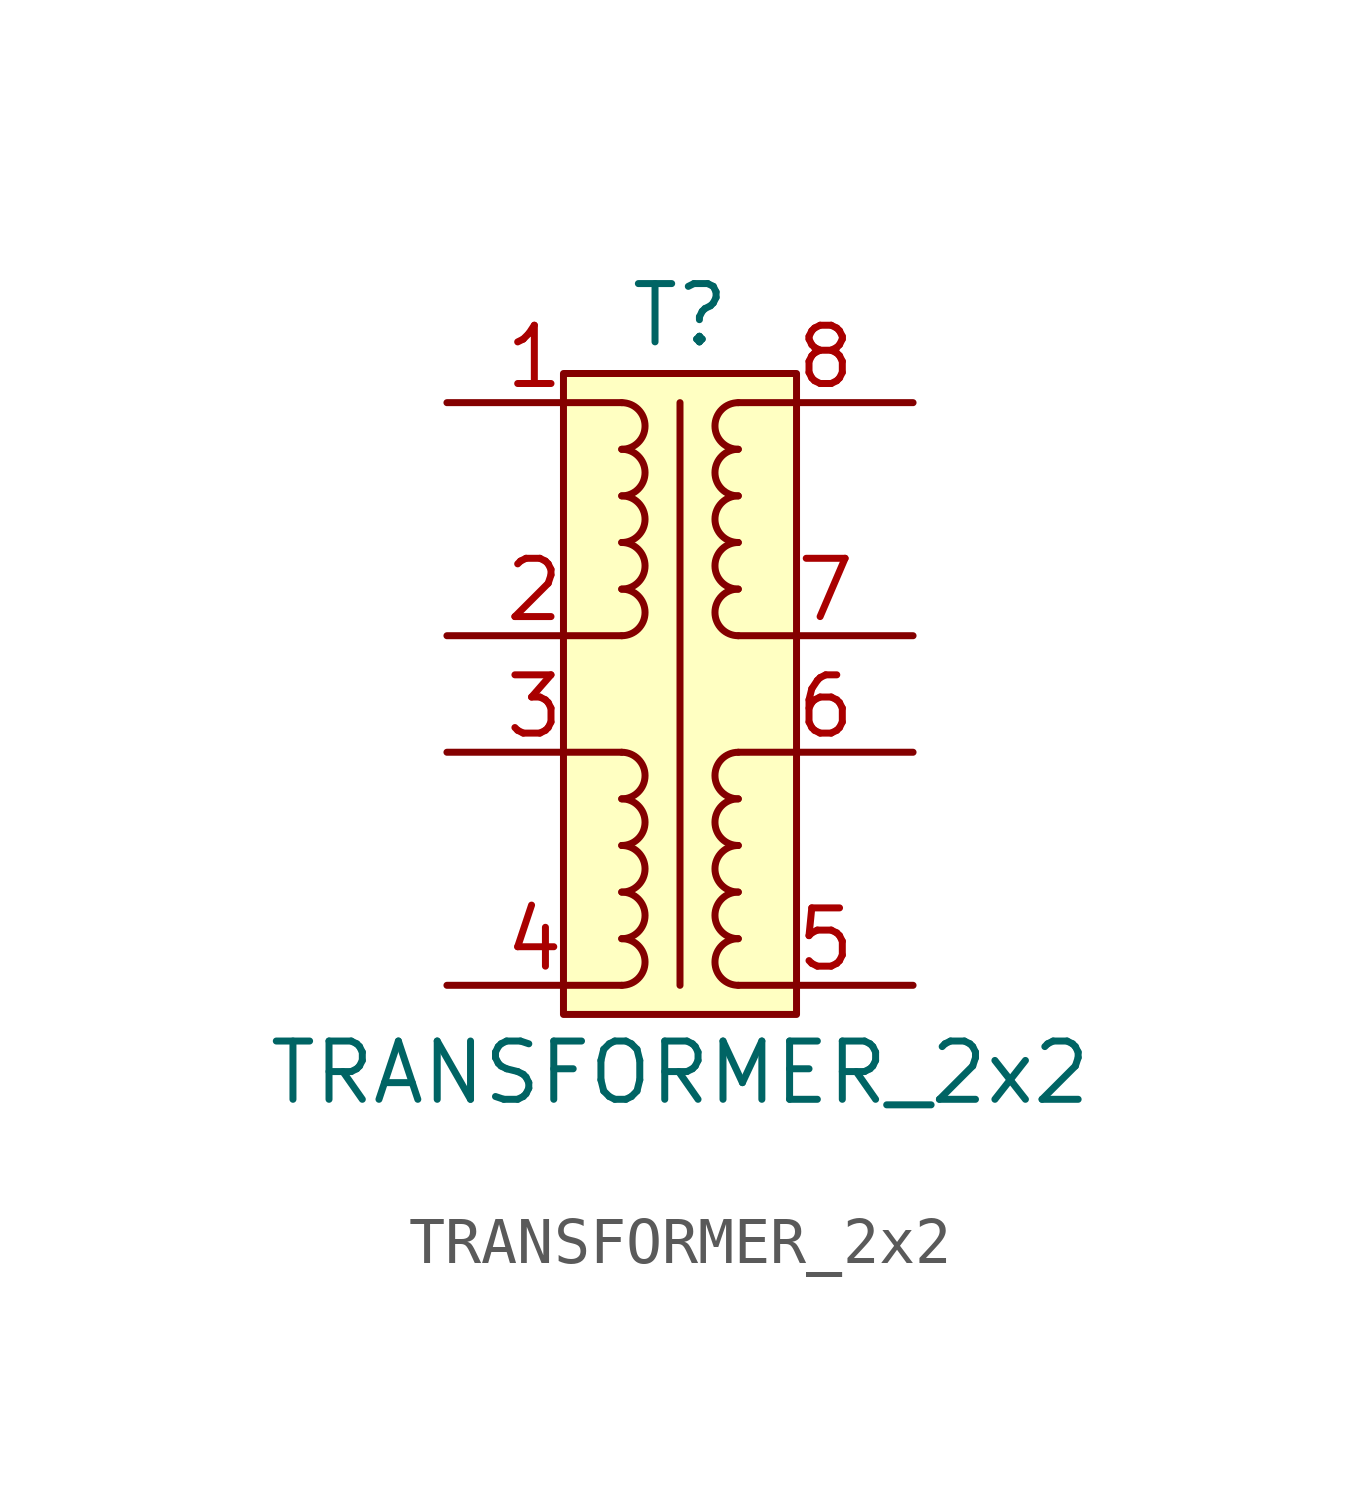
<source format=kicad_sym>
(kicad_symbol_lib
  (version 20211014)
  (generator kicad_symbol_editor)
  (symbol "TRANSFORMER_2x2"
    (pin_names
      (offset 1.016) hide)
    (property "Reference" "T"
      (at 0 9.525 0)
      (effects (font (size 1.27 1.27))))
    (property "Value" "TRANSFORMER_2x2"
      (at 0 -6.985 0)
      (effects (font (size 1.27 1.27))))
    (symbol "TRANSFORMER_2x2_0_1"
      (rectangle (start -2.54 8.255) (end 2.54 -5.715) (stroke (width 0) (type default) (color 0 0 0 0)) (fill (type background)))
      (arc (start -1.27 -5.08) (mid -0.762 -4.572) (end -1.27 -4.064) (stroke (width 0) (type default) (color 0 0 0 0)) (fill (type none)))
      (arc (start -1.27 -4.064) (mid -0.762 -3.556) (end -1.27 -3.048) (stroke (width 0) (type default) (color 0 0 0 0)) (fill (type none)))
      (arc (start -1.27 -3.048) (mid -0.762 -2.54) (end -1.27 -2.032) (stroke (width 0) (type default) (color 0 0 0 0)) (fill (type none)))
      (arc (start -1.27 -2.032) (mid -0.762 -1.524) (end -1.27 -1.016) (stroke (width 0) (type default) (color 0 0 0 0)) (fill (type none)))
      (arc (start -1.27 -1.016) (mid -0.762 -0.508) (end -1.27 0) (stroke (width 0) (type default) (color 0 0 0 0)) (fill (type none)))
      (arc (start -1.27 2.54) (mid -0.762 3.048) (end -1.27 3.556) (stroke (width 0) (type default) (color 0 0 0 0)) (fill (type none)))
      (arc (start -1.27 3.556) (mid -0.762 4.064) (end -1.27 4.572) (stroke (width 0) (type default) (color 0 0 0 0)) (fill (type none)))
      (arc (start -1.27 4.572) (mid -0.762 5.08) (end -1.27 5.588) (stroke (width 0) (type default) (color 0 0 0 0)) (fill (type none)))
      (arc (start -1.27 5.588) (mid -0.762 6.096) (end -1.27 6.604) (stroke (width 0) (type default) (color 0 0 0 0)) (fill (type none)))
      (arc (start -1.27 6.604) (mid -0.762 7.112) (end -1.27 7.62) (stroke (width 0) (type default) (color 0 0 0 0)) (fill (type none)))
      (polyline (pts (xy 0 7.62) (xy 0 -5.08)) (stroke (width 0) (type default) (color 0 0 0 0)) (fill (type none)))
      (arc (start 1.27 -4.064) (mid 0.762 -4.572) (end 1.27 -5.08) (stroke (width 0) (type default) (color 0 0 0 0)) (fill (type none)))
      (arc (start 1.27 -3.048) (mid 0.762 -3.556) (end 1.27 -4.064) (stroke (width 0) (type default) (color 0 0 0 0)) (fill (type none)))
      (arc (start 1.27 -2.032) (mid 0.762 -2.54) (end 1.27 -3.048) (stroke (width 0) (type default) (color 0 0 0 0)) (fill (type none)))
      (arc (start 1.27 -1.016) (mid 0.762 -1.524) (end 1.27 -2.032) (stroke (width 0) (type default) (color 0 0 0 0)) (fill (type none)))
      (arc (start 1.27 0) (mid 0.762 -0.508) (end 1.27 -1.016) (stroke (width 0) (type default) (color 0 0 0 0)) (fill (type none)))
      (arc (start 1.27 3.556) (mid 0.762 3.048) (end 1.27 2.54) (stroke (width 0) (type default) (color 0 0 0 0)) (fill (type none)))
      (arc (start 1.27 4.572) (mid 0.762 4.064) (end 1.27 3.556) (stroke (width 0) (type default) (color 0 0 0 0)) (fill (type none)))
      (arc (start 1.27 5.588) (mid 0.762 5.08) (end 1.27 4.572) (stroke (width 0) (type default) (color 0 0 0 0)) (fill (type none)))
      (arc (start 1.27 6.604) (mid 0.762 6.096) (end 1.27 5.588) (stroke (width 0) (type default) (color 0 0 0 0)) (fill (type none)))
      (arc (start 1.27 7.62) (mid 0.762 7.112) (end 1.27 6.604) (stroke (width 0) (type default) (color 0 0 0 0)) (fill (type none))))
    (symbol "TRANSFORMER_2x2_1_1"
      (pin passive line (at -5.08 7.62 0) (length 3.81) (name "~" (effects (font (size 1.27 1.27)))) (number "1" (effects (font (size 1.27 1.27)))))
      (pin passive line (at -5.08 2.54 0) (length 3.81) (name "~" (effects (font (size 1.27 1.27)))) (number "2" (effects (font (size 1.27 1.27)))))
      (pin passive line (at -5.08 0 0) (length 3.81) (name "~" (effects (font (size 1.27 1.27)))) (number "3" (effects (font (size 1.27 1.27)))))
      (pin passive line (at -5.08 -5.08 0) (length 3.81) (name "~" (effects (font (size 1.27 1.27)))) (number "4" (effects (font (size 1.27 1.27)))))
      (pin passive line (at 5.08 -5.08 180) (length 3.81) (name "~" (effects (font (size 1.27 1.27)))) (number "5" (effects (font (size 1.27 1.27)))))
      (pin passive line (at 5.08 0 180) (length 3.81) (name "~" (effects (font (size 1.27 1.27)))) (number "6" (effects (font (size 1.27 1.27)))))
      (pin passive line (at 5.08 2.54 180) (length 3.81) (name "~" (effects (font (size 1.27 1.27)))) (number "7" (effects (font (size 1.27 1.27)))))
      (pin passive line (at 5.08 7.62 180) (length 3.81) (name "~" (effects (font (size 1.27 1.27)))) (number "8" (effects (font (size 1.27 1.27))))))))
</source>
